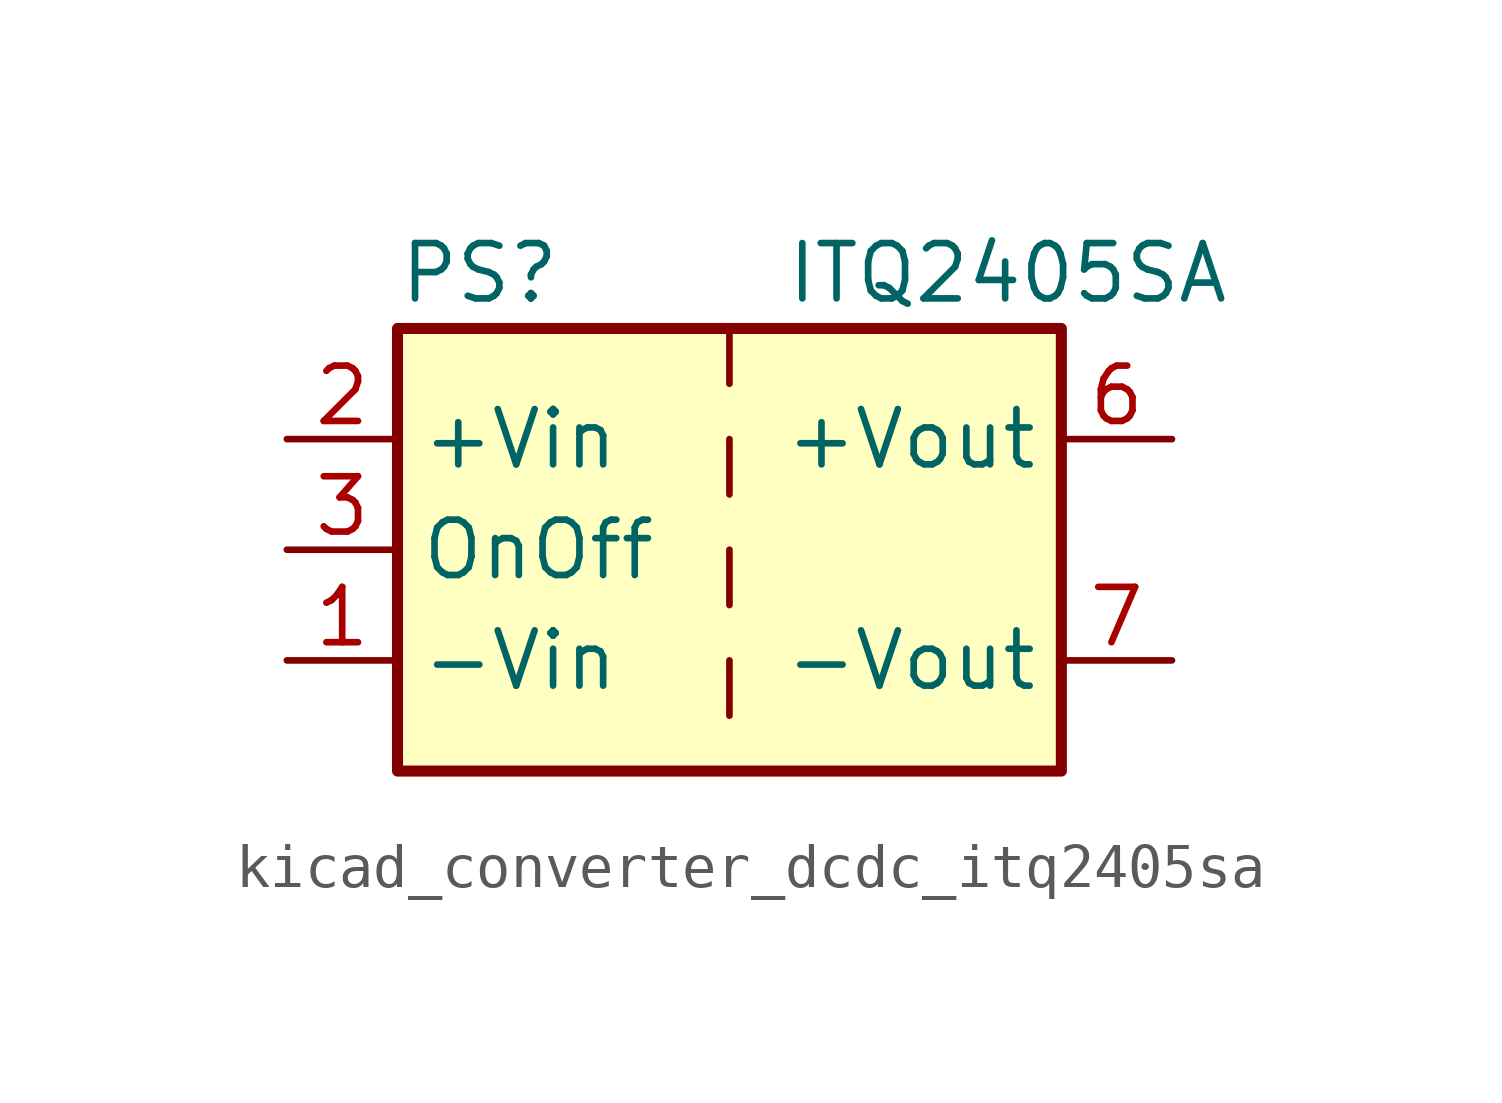
<source format=kicad_sym>
(kicad_symbol_lib
  (version 20220914)
  (generator kicad_symbol_editor)
  (symbol "kicad_converter_dcdc_itq2405sa"
    (property "Reference" "PS"
      (at -7.62 6.35 0)
      (effects (font (size 1.27 1.27)) (justify left)))
    (property "Value" "ITQ2405SA"
      (at 1.27 6.35 0)
      (effects (font (size 1.27 1.27)) (justify left)))
    (symbol "kicad_converter_dcdc_itq2405sa_0_0"
      (pin power_in line (at -10.16 -2.54 0) (length 2.54) (name "-Vin" (effects (font (size 1.27 1.27)))) (number "1" (effects (font (size 1.27 1.27)))))
      (pin power_in line (at -10.16 2.54 0) (length 2.54) (name "+Vin" (effects (font (size 1.27 1.27)))) (number "2" (effects (font (size 1.27 1.27)))))
      (pin input line (at -10.16 0 0) (length 2.54) (name "OnOff" (effects (font (size 1.27 1.27)))) (number "3" (effects (font (size 1.27 1.27)))))
      (pin no_connect line (at 0 5.08 270) (length 2.54) hide (name "NC" (effects (font (size 1.27 1.27)))) (number "5" (effects (font (size 1.27 1.27)))))
      (pin power_out line (at 10.16 2.54 180) (length 2.54) (name "+Vout" (effects (font (size 1.27 1.27)))) (number "6" (effects (font (size 1.27 1.27)))))
      (pin power_out line (at 10.16 -2.54 180) (length 2.54) (name "-Vout" (effects (font (size 1.27 1.27)))) (number "7" (effects (font (size 1.27 1.27)))))
      (pin no_connect line (at 7.62 0 180) (length 2.54) hide (name "NC" (effects (font (size 1.27 1.27)))) (number "8" (effects (font (size 1.27 1.27))))))
    (symbol "kicad_converter_dcdc_itq2405sa_0_1"
      (rectangle (start -7.62 5.08) (end 7.62 -5.08) (stroke (width 0.254) (type default)) (fill (type background)))
      (polyline (pts (xy 0 -2.54) (xy 0 -3.81)) (stroke (width 0) (type default)) (fill (type none)))
      (polyline (pts (xy 0 0) (xy 0 -1.27)) (stroke (width 0) (type default)) (fill (type none)))
      (polyline (pts (xy 0 2.54) (xy 0 1.27)) (stroke (width 0) (type default)) (fill (type none)))
      (polyline (pts (xy 0 5.08) (xy 0 3.81)) (stroke (width 0) (type default)) (fill (type none))))))
</source>
